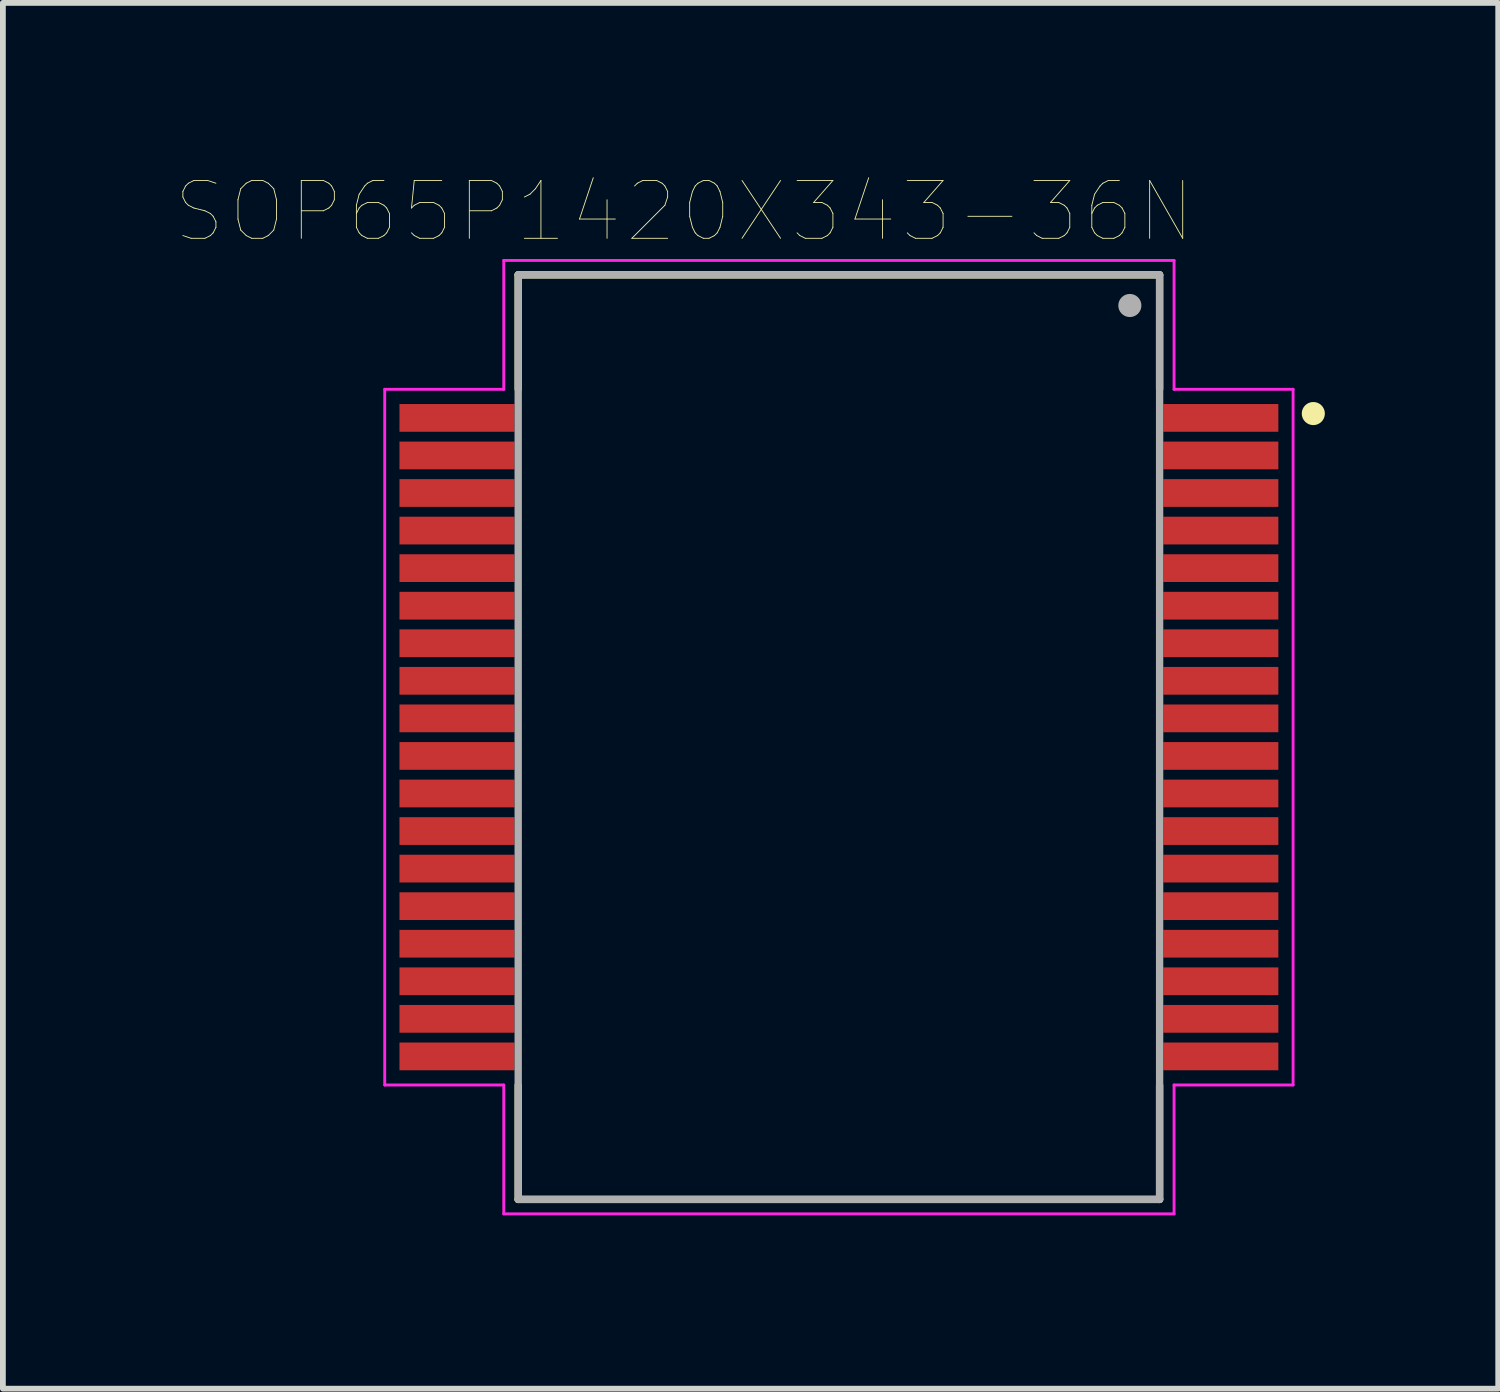
<source format=kicad_pcb>
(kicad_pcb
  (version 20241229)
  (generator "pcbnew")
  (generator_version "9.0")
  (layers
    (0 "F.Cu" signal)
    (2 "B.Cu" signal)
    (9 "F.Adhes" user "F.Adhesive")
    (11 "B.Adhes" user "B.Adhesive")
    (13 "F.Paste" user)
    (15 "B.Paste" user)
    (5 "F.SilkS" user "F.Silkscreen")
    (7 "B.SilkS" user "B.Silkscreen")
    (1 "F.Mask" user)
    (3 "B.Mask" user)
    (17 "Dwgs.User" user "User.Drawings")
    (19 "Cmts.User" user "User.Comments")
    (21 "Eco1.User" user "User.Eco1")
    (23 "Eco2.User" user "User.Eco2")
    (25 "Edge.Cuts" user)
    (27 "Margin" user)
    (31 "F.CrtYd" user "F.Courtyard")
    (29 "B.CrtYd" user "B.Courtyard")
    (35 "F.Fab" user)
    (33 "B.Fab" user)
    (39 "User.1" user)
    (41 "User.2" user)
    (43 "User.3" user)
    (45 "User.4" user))
  (footprint "SOP65P1420X343-36N"
    (layer "F.Cu")
    (at 11.468 9.707)
    (property "Reference" "SOP65P1420X343-36N" (at -2.678 -9.095 0) (layer "F.SilkS") (effects (font (size 1.001 1.001) (thickness 0.015))))
    (attr through_hole)
    (fp_line (start -5.55 -8) (end 5.55 -8) (stroke (width 0.127) (type solid)) (layer "F.SilkS"))
    (fp_line (start -5.55 -6.025) (end -5.55 -8) (stroke (width 0.127) (type solid)) (layer "F.SilkS"))
    (fp_line (start -5.55 8) (end -5.55 6.025) (stroke (width 0.127) (type solid)) (layer "F.SilkS"))
    (fp_line (start 5.55 -8) (end 5.55 -6.025) (stroke (width 0.127) (type solid)) (layer "F.SilkS"))
    (fp_line (start 5.55 6.025) (end 5.55 8) (stroke (width 0.127) (type solid)) (layer "F.SilkS"))
    (fp_line (start 5.55 8) (end -5.55 8) (stroke (width 0.127) (type solid)) (layer "F.SilkS"))
    (fp_circle (center 8.21 -5.6) (end 8.31 -5.6) (stroke (width 0.2) (type solid)) (fill no) (layer "F.SilkS"))
    (fp_line (start -7.86 -6.02) (end -7.86 6.02) (stroke (width 0.05) (type solid)) (layer "F.CrtYd"))
    (fp_line (start -7.86 6.02) (end -5.8 6.02) (stroke (width 0.05) (type solid)) (layer "F.CrtYd"))
    (fp_line (start -5.8 -8.25) (end -5.8 -6.02) (stroke (width 0.05) (type solid)) (layer "F.CrtYd"))
    (fp_line (start -5.8 -6.02) (end -7.86 -6.02) (stroke (width 0.05) (type solid)) (layer "F.CrtYd"))
    (fp_line (start -5.8 6.02) (end -5.8 8.25) (stroke (width 0.05) (type solid)) (layer "F.CrtYd"))
    (fp_line (start -5.8 8.25) (end 5.8 8.25) (stroke (width 0.05) (type solid)) (layer "F.CrtYd"))
    (fp_line (start 5.8 -8.25) (end -5.8 -8.25) (stroke (width 0.05) (type solid)) (layer "F.CrtYd"))
    (fp_line (start 5.8 -6.02) (end 5.8 -8.25) (stroke (width 0.05) (type solid)) (layer "F.CrtYd"))
    (fp_line (start 5.8 6.02) (end 7.86 6.02) (stroke (width 0.05) (type solid)) (layer "F.CrtYd"))
    (fp_line (start 5.8 8.25) (end 5.8 6.02) (stroke (width 0.05) (type solid)) (layer "F.CrtYd"))
    (fp_line (start 7.86 -6.02) (end 5.8 -6.02) (stroke (width 0.05) (type solid)) (layer "F.CrtYd"))
    (fp_line (start 7.86 6.02) (end 7.86 -6.02) (stroke (width 0.05) (type solid)) (layer "F.CrtYd"))
    (fp_line (start -5.55 -8) (end 5.55 -8) (stroke (width 0.127) (type solid)) (layer "F.Fab"))
    (fp_line (start -5.55 8) (end -5.55 -8) (stroke (width 0.127) (type solid)) (layer "F.Fab"))
    (fp_line (start 5.55 -8) (end 5.55 8) (stroke (width 0.127) (type solid)) (layer "F.Fab"))
    (fp_line (start 5.55 8) (end -5.55 8) (stroke (width 0.127) (type solid)) (layer "F.Fab"))
    (fp_circle (center 5.035 -7.47) (end 5.135 -7.47) (stroke (width 0.2) (type solid)) (fill no) (layer "F.Fab"))
    (pad "1" smd rect (at 6.61 -5.525) (size 1.99 0.48) (layers "F.Cu" "F.Mask" "F.Paste"))
    (pad "2" smd rect (at 6.61 -4.875) (size 1.99 0.48) (layers "F.Cu" "F.Mask" "F.Paste"))
    (pad "3" smd rect (at 6.61 -4.225) (size 1.99 0.48) (layers "F.Cu" "F.Mask" "F.Paste"))
    (pad "4" smd rect (at 6.61 -3.575) (size 1.99 0.48) (layers "F.Cu" "F.Mask" "F.Paste"))
    (pad "5" smd rect (at 6.61 -2.925) (size 1.99 0.48) (layers "F.Cu" "F.Mask" "F.Paste"))
    (pad "6" smd rect (at 6.61 -2.275) (size 1.99 0.48) (layers "F.Cu" "F.Mask" "F.Paste"))
    (pad "7" smd rect (at 6.61 -1.625) (size 1.99 0.48) (layers "F.Cu" "F.Mask" "F.Paste"))
    (pad "8" smd rect (at 6.61 -0.975) (size 1.99 0.48) (layers "F.Cu" "F.Mask" "F.Paste"))
    (pad "9" smd rect (at 6.61 -0.325) (size 1.99 0.48) (layers "F.Cu" "F.Mask" "F.Paste"))
    (pad "10" smd rect (at 6.61 0.325) (size 1.99 0.48) (layers "F.Cu" "F.Mask" "F.Paste"))
    (pad "11" smd rect (at 6.61 0.975) (size 1.99 0.48) (layers "F.Cu" "F.Mask" "F.Paste"))
    (pad "12" smd rect (at 6.61 1.625) (size 1.99 0.48) (layers "F.Cu" "F.Mask" "F.Paste"))
    (pad "13" smd rect (at 6.61 2.275) (size 1.99 0.48) (layers "F.Cu" "F.Mask" "F.Paste"))
    (pad "14" smd rect (at 6.61 2.925) (size 1.99 0.48) (layers "F.Cu" "F.Mask" "F.Paste"))
    (pad "15" smd rect (at 6.61 3.575) (size 1.99 0.48) (layers "F.Cu" "F.Mask" "F.Paste"))
    (pad "16" smd rect (at 6.61 4.225) (size 1.99 0.48) (layers "F.Cu" "F.Mask" "F.Paste"))
    (pad "17" smd rect (at 6.61 4.875) (size 1.99 0.48) (layers "F.Cu" "F.Mask" "F.Paste"))
    (pad "18" smd rect (at 6.61 5.525) (size 1.99 0.48) (layers "F.Cu" "F.Mask" "F.Paste"))
    (pad "19" smd rect (at -6.61 5.525) (size 1.99 0.48) (layers "F.Cu" "F.Mask" "F.Paste"))
    (pad "20" smd rect (at -6.61 4.875) (size 1.99 0.48) (layers "F.Cu" "F.Mask" "F.Paste"))
    (pad "21" smd rect (at -6.61 4.225) (size 1.99 0.48) (layers "F.Cu" "F.Mask" "F.Paste"))
    (pad "22" smd rect (at -6.61 3.575) (size 1.99 0.48) (layers "F.Cu" "F.Mask" "F.Paste"))
    (pad "23" smd rect (at -6.61 2.925) (size 1.99 0.48) (layers "F.Cu" "F.Mask" "F.Paste"))
    (pad "24" smd rect (at -6.61 2.275) (size 1.99 0.48) (layers "F.Cu" "F.Mask" "F.Paste"))
    (pad "25" smd rect (at -6.61 1.625) (size 1.99 0.48) (layers "F.Cu" "F.Mask" "F.Paste"))
    (pad "26" smd rect (at -6.61 0.975) (size 1.99 0.48) (layers "F.Cu" "F.Mask" "F.Paste"))
    (pad "27" smd rect (at -6.61 0.325) (size 1.99 0.48) (layers "F.Cu" "F.Mask" "F.Paste"))
    (pad "28" smd rect (at -6.61 -0.325) (size 1.99 0.48) (layers "F.Cu" "F.Mask" "F.Paste"))
    (pad "29" smd rect (at -6.61 -0.975) (size 1.99 0.48) (layers "F.Cu" "F.Mask" "F.Paste"))
    (pad "30" smd rect (at -6.61 -1.625) (size 1.99 0.48) (layers "F.Cu" "F.Mask" "F.Paste"))
    (pad "31" smd rect (at -6.61 -2.275) (size 1.99 0.48) (layers "F.Cu" "F.Mask" "F.Paste"))
    (pad "32" smd rect (at -6.61 -2.925) (size 1.99 0.48) (layers "F.Cu" "F.Mask" "F.Paste"))
    (pad "33" smd rect (at -6.61 -3.575) (size 1.99 0.48) (layers "F.Cu" "F.Mask" "F.Paste"))
    (pad "34" smd rect (at -6.61 -4.225) (size 1.99 0.48) (layers "F.Cu" "F.Mask" "F.Paste"))
    (pad "35" smd rect (at -6.61 -4.875) (size 1.99 0.48) (layers "F.Cu" "F.Mask" "F.Paste"))
    (pad "36" smd rect (at -6.61 -5.525) (size 1.99 0.48) (layers "F.Cu" "F.Mask" "F.Paste")))
  (gr_rect
    (start -3 -3)
    (end 22.878 20.982)
    (stroke (width 0.1) (type default))
    (fill no)
    (layer "Edge.Cuts")))
</source>
